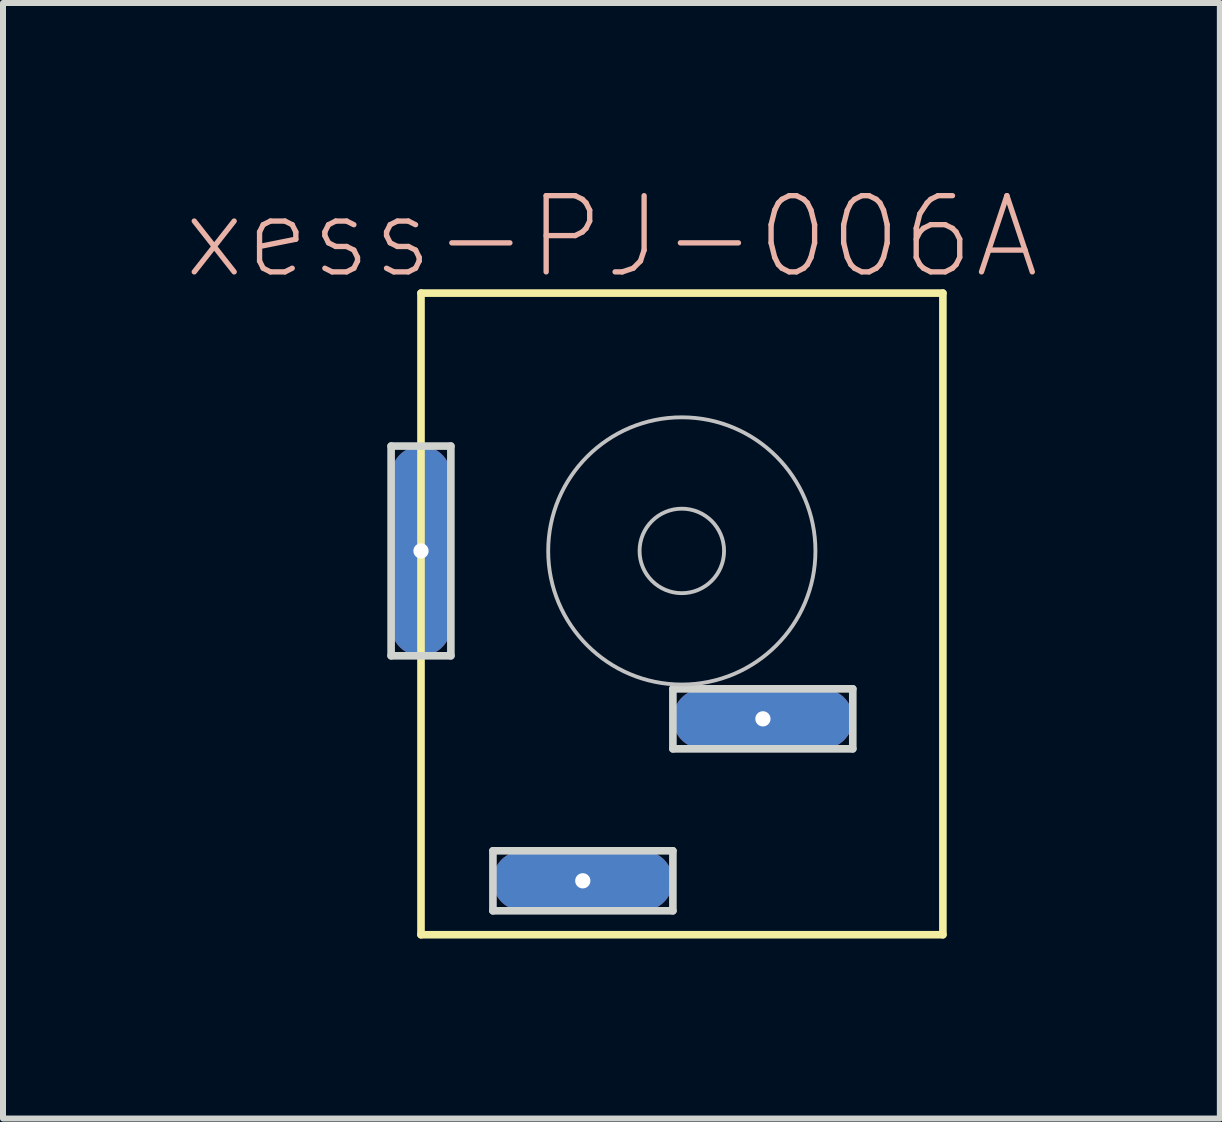
<source format=kicad_pcb>
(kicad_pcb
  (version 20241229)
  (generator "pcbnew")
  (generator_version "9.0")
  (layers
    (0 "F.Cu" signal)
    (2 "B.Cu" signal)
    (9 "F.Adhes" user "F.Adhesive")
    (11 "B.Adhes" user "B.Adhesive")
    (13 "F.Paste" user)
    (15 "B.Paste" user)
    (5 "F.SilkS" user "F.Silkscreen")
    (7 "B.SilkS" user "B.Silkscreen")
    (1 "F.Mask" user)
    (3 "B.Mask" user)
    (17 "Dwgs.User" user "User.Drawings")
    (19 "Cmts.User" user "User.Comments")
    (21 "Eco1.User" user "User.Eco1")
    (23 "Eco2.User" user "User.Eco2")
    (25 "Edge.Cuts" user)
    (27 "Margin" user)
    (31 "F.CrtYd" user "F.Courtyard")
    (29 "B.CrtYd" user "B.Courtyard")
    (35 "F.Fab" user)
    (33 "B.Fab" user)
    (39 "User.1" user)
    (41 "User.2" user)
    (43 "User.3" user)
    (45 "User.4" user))
  (footprint "xess-PJ-006A"
    (layer "F.Cu")
    (at 3.968 6.134)
    (property "Reference" "xess-PJ-006A" (at 3.175 -5.235 0) (layer "B.SilkS") (effects (font (size 1.27 1.27) (thickness 0.089))))
    (attr exclude_from_pos_files exclude_from_bom)
    (fp_line (start 0 -4.298) (end 0 6.398) (stroke (width 0.127) (type solid)) (layer "F.SilkS"))
    (fp_line (start 0 6.398) (end 8.7 6.398) (stroke (width 0.127) (type solid)) (layer "F.SilkS"))
    (fp_line (start 8.7 -4.298) (end 0 -4.298) (stroke (width 0.127) (type solid)) (layer "F.SilkS"))
    (fp_line (start 8.7 6.398) (end 8.7 -4.298) (stroke (width 0.127) (type solid)) (layer "F.SilkS"))
    (fp_circle (center 4.348 0) (end 4.846 0.498) (stroke (width 0.064) (type solid)) (fill no) (layer "Dwgs.User"))
    (fp_circle (center 4.348 0) (end 5.923 1.575) (stroke (width 0.064) (type solid)) (fill no) (layer "Dwgs.User"))
    (fp_line (start -0.498 -1.748) (end -0.498 1.748) (stroke (width 0.127) (type solid)) (layer "Edge.Cuts"))
    (fp_line (start -0.498 1.748) (end 0.498 1.748) (stroke (width 0.127) (type solid)) (layer "Edge.Cuts"))
    (fp_line (start 0.498 -1.748) (end -0.498 -1.748) (stroke (width 0.127) (type solid)) (layer "Edge.Cuts"))
    (fp_line (start 0.498 1.748) (end 0.498 -1.748) (stroke (width 0.127) (type solid)) (layer "Edge.Cuts"))
    (fp_line (start 1.199 4.999) (end 1.199 5.999) (stroke (width 0.127) (type solid)) (layer "Edge.Cuts"))
    (fp_line (start 1.199 5.999) (end 4.199 5.999) (stroke (width 0.127) (type solid)) (layer "Edge.Cuts"))
    (fp_line (start 4.199 2.299) (end 4.199 3.299) (stroke (width 0.127) (type solid)) (layer "Edge.Cuts"))
    (fp_line (start 4.199 3.299) (end 7.198 3.299) (stroke (width 0.127) (type solid)) (layer "Edge.Cuts"))
    (fp_line (start 4.199 4.999) (end 1.199 4.999) (stroke (width 0.127) (type solid)) (layer "Edge.Cuts"))
    (fp_line (start 4.199 5.999) (end 4.199 4.999) (stroke (width 0.127) (type solid)) (layer "Edge.Cuts"))
    (fp_line (start 7.198 2.299) (end 4.199 2.299) (stroke (width 0.127) (type solid)) (layer "Edge.Cuts"))
    (fp_line (start 7.198 3.299) (end 7.198 2.299) (stroke (width 0.127) (type solid)) (layer "Edge.Cuts"))
    (pad "1" thru_hole oval (at 0 0) (size 1 3.5) (drill 0.254) (layers "*.Cu" "*.Mask"))
    (pad "2" thru_hole oval (at 2.697 5.499) (size 3 1) (drill 0.254) (layers "*.Cu" "*.Mask"))
    (pad "3" thru_hole oval (at 5.7 2.799) (size 3 1) (drill 0.254) (layers "*.Cu" "*.Mask")))
  (gr_rect
    (start -3 -3)
    (end 17.285 15.596)
    (stroke (width 0.1) (type default))
    (fill no)
    (layer "Edge.Cuts")))
</source>
